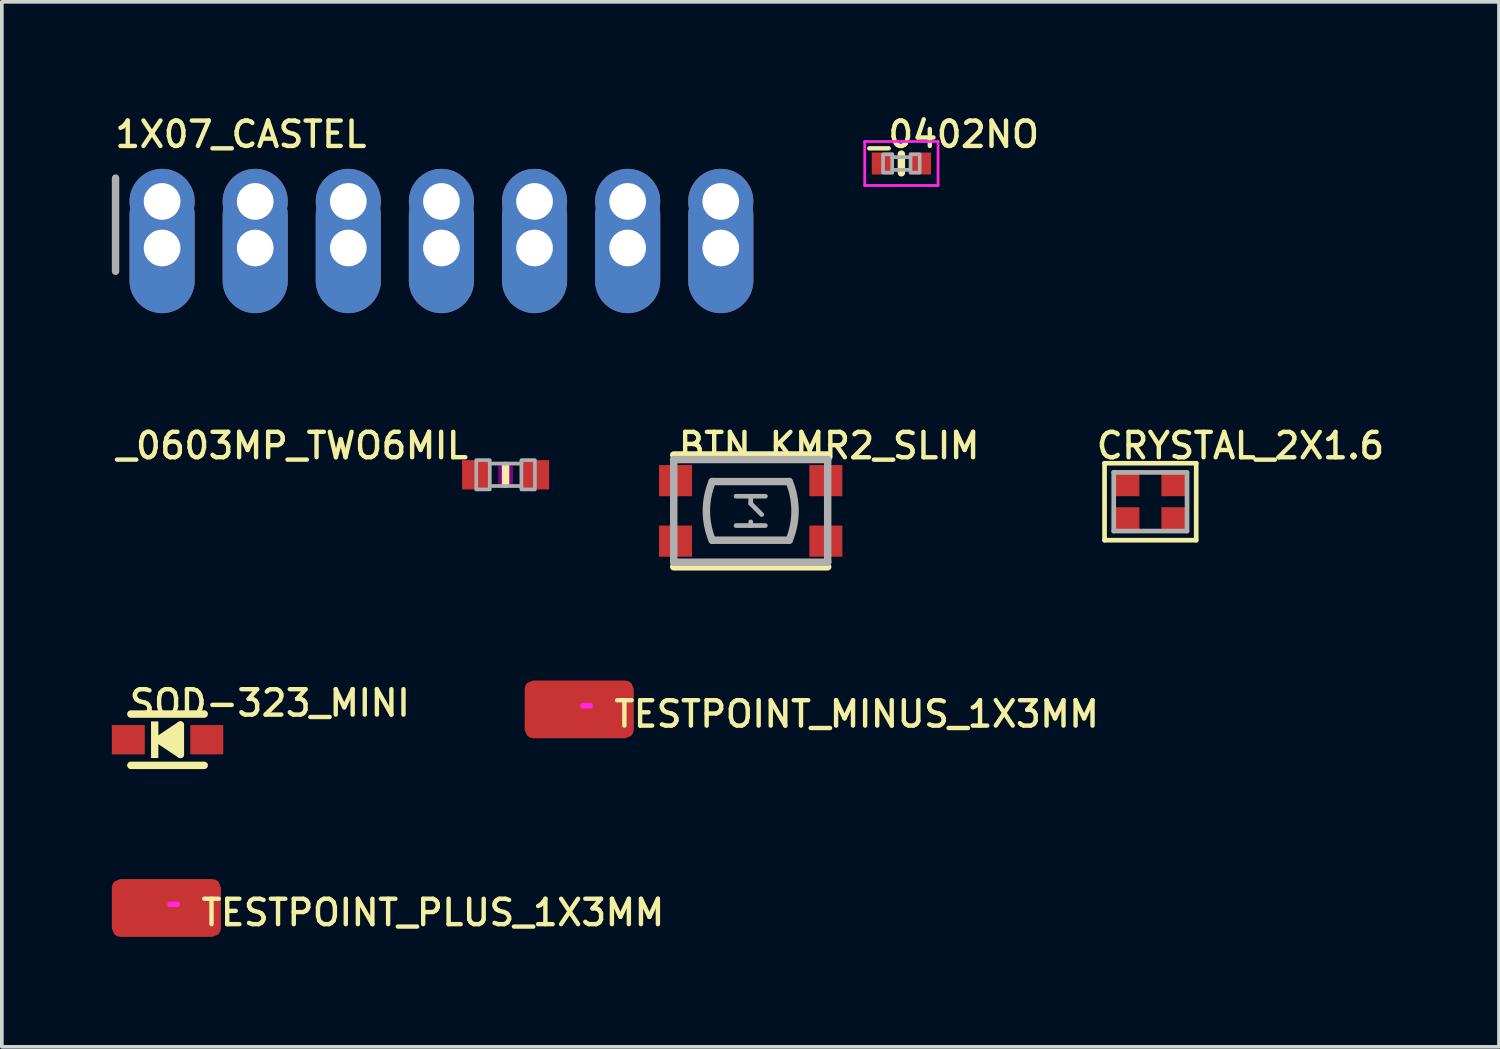
<source format=kicad_pcb>
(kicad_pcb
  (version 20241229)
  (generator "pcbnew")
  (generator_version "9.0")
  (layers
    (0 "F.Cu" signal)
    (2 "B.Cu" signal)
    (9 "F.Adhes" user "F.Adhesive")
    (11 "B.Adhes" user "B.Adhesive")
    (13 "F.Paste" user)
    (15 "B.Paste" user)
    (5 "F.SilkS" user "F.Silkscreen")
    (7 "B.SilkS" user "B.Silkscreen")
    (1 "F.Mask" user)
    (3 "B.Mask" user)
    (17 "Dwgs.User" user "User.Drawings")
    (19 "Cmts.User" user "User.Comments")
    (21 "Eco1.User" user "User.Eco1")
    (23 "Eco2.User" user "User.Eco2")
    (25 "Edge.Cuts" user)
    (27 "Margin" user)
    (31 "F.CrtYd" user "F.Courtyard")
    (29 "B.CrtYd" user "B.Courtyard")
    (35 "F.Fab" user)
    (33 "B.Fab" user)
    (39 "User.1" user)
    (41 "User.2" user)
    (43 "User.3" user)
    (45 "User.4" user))
  (footprint "BTN_KMR2_SLIM"
    (layer "F.Cu")
    (at 17.429 10.887)
    (property "Reference" "BTN_KMR2_SLIM" (at -2.032 -1.778 0) (layer "F.SilkS") (effects (font (size 0.693 0.693) (thickness 0.12)) (justify left)))
    (fp_line (start -2.1 -1.525) (end 2.1 -1.525) (stroke (width 0.203) (type solid)) (layer "F.SilkS"))
    (fp_line (start 2.1 1.525) (end -2.1 1.525) (stroke (width 0.203) (type solid)) (layer "F.SilkS"))
    (fp_line (start -2.1 -1.4) (end 2.1 -1.4) (stroke (width 0.203) (type solid)) (layer "F.Fab"))
    (fp_line (start -2.1 1.4) (end -2.1 -1.4) (stroke (width 0.203) (type solid)) (layer "F.Fab"))
    (fp_line (start -1.05 -0.8) (end 1.05 -0.8) (stroke (width 0.203) (type solid)) (layer "F.Fab"))
    (fp_line (start -0.4 -0.4) (end 0 -0.4) (stroke (width 0.127) (type solid)) (layer "F.Fab"))
    (fp_line (start -0.4 0.4) (end 0 0.4) (stroke (width 0.127) (type solid)) (layer "F.Fab"))
    (fp_line (start 0 -0.4) (end 0 -0.2) (stroke (width 0.127) (type solid)) (layer "F.Fab"))
    (fp_line (start 0 -0.4) (end 0.4 -0.4) (stroke (width 0.127) (type solid)) (layer "F.Fab"))
    (fp_line (start 0 -0.2) (end 0.3 0.1) (stroke (width 0.127) (type solid)) (layer "F.Fab"))
    (fp_line (start 0 0.4) (end 0 0.3) (stroke (width 0.127) (type solid)) (layer "F.Fab"))
    (fp_line (start 0 0.4) (end 0.4 0.4) (stroke (width 0.127) (type solid)) (layer "F.Fab"))
    (fp_line (start 1.05 0.8) (end -1.05 0.8) (stroke (width 0.203) (type solid)) (layer "F.Fab"))
    (fp_line (start 2.1 -1.4) (end 2.1 1.4) (stroke (width 0.203) (type solid)) (layer "F.Fab"))
    (fp_line (start 2.1 1.4) (end -2.1 1.4) (stroke (width 0.203) (type solid)) (layer "F.Fab"))
    (fp_arc (start -1.05 0.8) (mid -1.209128 0) (end -1.05 -0.799999) (stroke (width 0.2032) (type solid)) (layer "F.Fab"))
    (fp_arc (start 1.05 -0.8) (mid 1.209128 0) (end 1.05 0.799999) (stroke (width 0.2032) (type solid)) (layer "F.Fab"))
    (pad "A" smd rect (at 2.05 -0.825) (size 0.9 0.85) (layers "F.Cu" "F.Mask" "F.Paste"))
    (pad "A'" smd rect (at -2.05 -0.825) (size 0.9 0.85) (layers "F.Cu" "F.Mask" "F.Paste"))
    (pad "B" smd rect (at 2.05 0.825) (size 0.9 0.85) (layers "F.Cu" "F.Mask" "F.Paste"))
    (pad "B'" smd rect (at -2.05 0.825) (size 0.9 0.85) (layers "F.Cu" "F.Mask" "F.Paste")))
  (footprint "SOD-323_MINI"
    (layer "F.Cu")
    (at 1.52 17.129)
    (property "Reference" "SOD-323_MINI" (at -1.1 -1 0) (layer "F.SilkS") (effects (font (size 0.693 0.693) (thickness 0.12)) (justify left)))
    (fp_line (start -1 -0.7) (end 1 -0.7) (stroke (width 0.203) (type solid)) (layer "F.SilkS"))
    (fp_line (start -0.25 0) (end 0.35 -0.4) (stroke (width 0.203) (type solid)) (layer "F.SilkS"))
    (fp_line (start 0.35 -0.4) (end 0.35 0.4) (stroke (width 0.203) (type solid)) (layer "F.SilkS"))
    (fp_line (start 0.35 0.4) (end -0.25 0) (stroke (width 0.203) (type solid)) (layer "F.SilkS"))
    (fp_line (start 1 0.7) (end -1 0.7) (stroke (width 0.203) (type solid)) (layer "F.SilkS"))
    (fp_poly (pts (xy 0.302 0.39) (xy -0.283 0) (xy 0.302 -0.39)) (stroke (width 0) (type solid)) (fill yes) (layer "F.SilkS"))
    (fp_poly (pts (xy -0.45 0.5) (xy -0.25 0.5) (xy -0.25 -0.5) (xy -0.45 -0.5)) (stroke (width 0) (type solid)) (fill yes) (layer "F.SilkS"))
    (pad "A" smd rect (at 1.07 0 180) (size 0.9 0.8) (layers "F.Cu" "F.Mask" "F.Paste"))
    (pad "C" smd rect (at -1.07 0 180) (size 0.9 0.8) (layers "F.Cu" "F.Mask" "F.Paste")))
  (footprint "_0603MP_TWO6MIL"
    (layer "F.Cu")
    (at 10.742 9.902)
    (property "Reference" "_0603MP_TWO6MIL" (at -0.953 -0.794 0) (layer "F.SilkS") (effects (font (size 0.693 0.693) (thickness 0.12)) (justify right)))
    (fp_line (start 0 -0.254) (end 0 0.254) (stroke (width 0.203) (type solid)) (layer "F.SilkS"))
    (fp_poly (pts (xy -0.2 0.25) (xy 0.2 0.25) (xy 0.2 -0.25) (xy -0.2 -0.25)) (stroke (width 0) (type solid)) (fill yes) (layer "F.Adhes"))
    (fp_line (start -0.432 0.306) (end 0.432 0.306) (stroke (width 0.102) (type solid)) (layer "F.Fab"))
    (fp_line (start 0.432 -0.306) (end -0.432 -0.306) (stroke (width 0.102) (type solid)) (layer "F.Fab"))
    (fp_poly (pts (xy -0.8 0.4) (xy -0.432 0.4) (xy -0.432 -0.4) (xy -0.8 -0.4)) (stroke (width 0.1) (type solid)) (fill no) (layer "F.Fab"))
    (fp_poly (pts (xy 0.432 0.4) (xy 0.8 0.4) (xy 0.8 -0.4) (xy 0.432 -0.4)) (stroke (width 0.1) (type solid)) (fill no) (layer "F.Fab"))
    (pad "1" smd rect (at -0.787 0 180) (size 0.8 0.8) (layers "F.Cu" "F.Mask" "F.Paste"))
    (pad "2" smd rect (at 0.787 0 180) (size 0.8 0.8) (layers "F.Cu" "F.Mask" "F.Paste")))
  (footprint "_0402NO"
    (layer "F.Cu")
    (at 21.539 1.41)
    (property "Reference" "_0402NO" (at -0.953 -0.794 0) (layer "F.SilkS") (effects (font (size 0.693 0.693) (thickness 0.12)) (justify left)))
    (fp_line (start 0 -0.254) (end 0 0.254) (stroke (width 0.203) (type solid)) (layer "F.SilkS"))
    (fp_poly (pts (xy -0.079 0.238) (xy 0.079 0.238) (xy 0.079 -0.238) (xy -0.079 -0.238)) (stroke (width 0) (type solid)) (fill yes) (layer "F.Adhes"))
    (fp_line (start -1 -0.6) (end 1 -0.6) (stroke (width 0.076) (type solid)) (layer "F.CrtYd"))
    (fp_line (start -1 0.6) (end -1 -0.6) (stroke (width 0.076) (type solid)) (layer "F.CrtYd"))
    (fp_line (start 1 -0.6) (end 1 0.6) (stroke (width 0.076) (type solid)) (layer "F.CrtYd"))
    (fp_line (start 1 0.6) (end -1 0.6) (stroke (width 0.076) (type solid)) (layer "F.CrtYd"))
    (fp_line (start -0.245 -0.174) (end 0.245 -0.174) (stroke (width 0.102) (type solid)) (layer "F.Fab"))
    (fp_line (start 0.245 0.174) (end -0.245 0.174) (stroke (width 0.102) (type solid)) (layer "F.Fab"))
    (fp_poly (pts (xy -0.5 0.25) (xy -0.25 0.25) (xy -0.25 -0.25) (xy -0.5 -0.25)) (stroke (width 0.1) (type solid)) (fill no) (layer "F.Fab"))
    (fp_poly (pts (xy 0.25 0.25) (xy 0.5 0.25) (xy 0.5 -0.25) (xy 0.25 -0.25)) (stroke (width 0.1) (type solid)) (fill no) (layer "F.Fab"))
    (pad "1" smd rect (at -0.508 0 180) (size 0.6 0.6) (layers "F.Cu" "F.Mask" "F.Paste"))
    (pad "2" smd rect (at 0.508 0 180) (size 0.6 0.6) (layers "F.Cu" "F.Mask" "F.Paste")))
  (footprint "TESTPOINT_PLUS_1X3MM"
    (layer "F.Cu")
    (at 1.488 21.719)
    (property "Reference" "TESTPOINT_PLUS_1X3MM" (at 0.889 0.127 0) (layer "F.SilkS") (effects (font (size 0.693 0.693) (thickness 0.12)) (justify left)))
    (fp_poly (pts (xy 1.341 -0.771) (xy 1.422 -0.717) (xy 1.488 -0.558) (xy 1.488 0.554) (xy 1.471 0.641) (xy 1.417 0.722) (xy 1.258 0.788) (xy -1.254 0.788) (xy -1.341 0.771) (xy -1.422 0.717) (xy -1.488 0.558) (xy -1.488 -0.554) (xy -1.471 -0.641) (xy -1.417 -0.722) (xy -1.258 -0.788) (xy 1.254 -0.788)) (stroke (width 0) (type solid)) (fill yes) (layer "F.Cu"))
    (fp_poly (pts (xy 1.341 -0.771) (xy 1.422 -0.717) (xy 1.488 -0.558) (xy 1.488 0.554) (xy 1.471 0.641) (xy 1.417 0.722) (xy 1.258 0.788) (xy -1.254 0.788) (xy -1.341 0.771) (xy -1.422 0.717) (xy -1.488 0.558) (xy -1.488 -0.554) (xy -1.471 -0.641) (xy -1.417 -0.722) (xy -1.258 -0.788) (xy 1.254 -0.788)) (stroke (width 0) (type solid)) (fill yes) (layer "F.Mask"))
    (fp_line (start 0.3 -0.1) (end 0.1 -0.1) (stroke (width 0.152) (type solid)) (layer "F.CrtYd"))
    (pad "P$1" smd roundrect (at 0.8 0.05 180) (size 0.5 0.5) (layers "F.Cu" "F.Mask") (roundrect_rratio 0.125)))
  (footprint "1X07_CASTEL"
    (layer "F.Cu")
    (at 8.992 2.445)
    (property "Reference" "1X07_CASTEL" (at -8.966 -1.829 0) (layer "F.SilkS") (effects (font (size 0.693 0.693) (thickness 0.12)) (justify left)))
    (fp_line (start -8.89 -0.635) (end -8.89 1.905) (stroke (width 0.203) (type solid)) (layer "F.Fab"))
    (fp_poly (pts (xy -7.874 0.254) (xy -7.366 0.254) (xy -7.366 -0.254) (xy -7.874 -0.254)) (stroke (width 0.1) (type solid)) (fill no) (layer "F.Fab"))
    (fp_poly (pts (xy -7.874 1.524) (xy -7.366 1.524) (xy -7.366 1.016) (xy -7.874 1.016)) (stroke (width 0.1) (type solid)) (fill no) (layer "F.Fab"))
    (fp_poly (pts (xy -5.334 0.254) (xy -4.826 0.254) (xy -4.826 -0.254) (xy -5.334 -0.254)) (stroke (width 0.1) (type solid)) (fill no) (layer "F.Fab"))
    (fp_poly (pts (xy -5.334 1.524) (xy -4.826 1.524) (xy -4.826 1.016) (xy -5.334 1.016)) (stroke (width 0.1) (type solid)) (fill no) (layer "F.Fab"))
    (fp_poly (pts (xy -2.794 0.254) (xy -2.286 0.254) (xy -2.286 -0.254) (xy -2.794 -0.254)) (stroke (width 0.1) (type solid)) (fill no) (layer "F.Fab"))
    (fp_poly (pts (xy -2.794 1.524) (xy -2.286 1.524) (xy -2.286 1.016) (xy -2.794 1.016)) (stroke (width 0.1) (type solid)) (fill no) (layer "F.Fab"))
    (fp_poly (pts (xy -0.254 0.254) (xy 0.254 0.254) (xy 0.254 -0.254) (xy -0.254 -0.254)) (stroke (width 0.1) (type solid)) (fill no) (layer "F.Fab"))
    (fp_poly (pts (xy -0.254 1.524) (xy 0.254 1.524) (xy 0.254 1.016) (xy -0.254 1.016)) (stroke (width 0.1) (type solid)) (fill no) (layer "F.Fab"))
    (fp_poly (pts (xy 2.286 0.254) (xy 2.794 0.254) (xy 2.794 -0.254) (xy 2.286 -0.254)) (stroke (width 0.1) (type solid)) (fill no) (layer "F.Fab"))
    (fp_poly (pts (xy 2.286 1.524) (xy 2.794 1.524) (xy 2.794 1.016) (xy 2.286 1.016)) (stroke (width 0.1) (type solid)) (fill no) (layer "F.Fab"))
    (fp_poly (pts (xy 4.826 0.254) (xy 5.334 0.254) (xy 5.334 -0.254) (xy 4.826 -0.254)) (stroke (width 0.1) (type solid)) (fill no) (layer "F.Fab"))
    (fp_poly (pts (xy 4.826 1.524) (xy 5.334 1.524) (xy 5.334 1.016) (xy 4.826 1.016)) (stroke (width 0.1) (type solid)) (fill no) (layer "F.Fab"))
    (fp_poly (pts (xy 7.366 0.254) (xy 7.874 0.254) (xy 7.874 -0.254) (xy 7.366 -0.254)) (stroke (width 0.1) (type solid)) (fill no) (layer "F.Fab"))
    (fp_poly (pts (xy 7.366 1.524) (xy 7.874 1.524) (xy 7.874 1.016) (xy 7.366 1.016)) (stroke (width 0.1) (type solid)) (fill no) (layer "F.Fab"))
    (pad "1" thru_hole circle (at -7.62 0 90) (size 1.778 1.778) (drill 1) (layers "*.Cu" "*.Mask"))
    (pad "1C" thru_hole oval (at -7.62 1.27 90) (size 3.556 1.778) (drill 1) (layers "*.Cu" "*.Mask"))
    (pad "2" thru_hole circle (at -5.08 0 90) (size 1.778 1.778) (drill 1) (layers "*.Cu" "*.Mask"))
    (pad "2C" thru_hole oval (at -5.08 1.27 90) (size 3.556 1.778) (drill 1) (layers "*.Cu" "*.Mask"))
    (pad "3" thru_hole circle (at -2.54 0 90) (size 1.778 1.778) (drill 1) (layers "*.Cu" "*.Mask"))
    (pad "3C" thru_hole oval (at -2.54 1.27 90) (size 3.556 1.778) (drill 1) (layers "*.Cu" "*.Mask"))
    (pad "4" thru_hole circle (at 0 0 90) (size 1.778 1.778) (drill 1) (layers "*.Cu" "*.Mask"))
    (pad "4C" thru_hole oval (at 0 1.27 90) (size 3.556 1.778) (drill 1) (layers "*.Cu" "*.Mask"))
    (pad "5" thru_hole circle (at 2.54 0 90) (size 1.778 1.778) (drill 1) (layers "*.Cu" "*.Mask"))
    (pad "5C" thru_hole oval (at 2.54 1.27 90) (size 3.556 1.778) (drill 1) (layers "*.Cu" "*.Mask"))
    (pad "6" thru_hole circle (at 5.08 0 90) (size 1.778 1.778) (drill 1) (layers "*.Cu" "*.Mask"))
    (pad "6C" thru_hole oval (at 5.08 1.27 90) (size 3.556 1.778) (drill 1) (layers "*.Cu" "*.Mask"))
    (pad "7" thru_hole circle (at 7.62 0 90) (size 1.778 1.778) (drill 1) (layers "*.Cu" "*.Mask"))
    (pad "7C" thru_hole oval (at 7.62 1.27 90) (size 3.556 1.778) (drill 1) (layers "*.Cu" "*.Mask")))
  (footprint "TESTPOINT_MINUS_1X3MM"
    (layer "F.Cu")
    (at 12.751 16.302)
    (property "Reference" "TESTPOINT_MINUS_1X3MM" (at 0.889 0.127 0) (layer "F.SilkS") (effects (font (size 0.693 0.693) (thickness 0.12)) (justify left)))
    (fp_poly (pts (xy 1.341 -0.771) (xy 1.422 -0.717) (xy 1.488 -0.558) (xy 1.488 0.554) (xy 1.471 0.641) (xy 1.417 0.722) (xy 1.258 0.788) (xy -1.254 0.788) (xy -1.341 0.771) (xy -1.422 0.717) (xy -1.488 0.558) (xy -1.488 -0.554) (xy -1.471 -0.641) (xy -1.417 -0.722) (xy -1.258 -0.788) (xy 1.254 -0.788)) (stroke (width 0) (type solid)) (fill yes) (layer "F.Cu"))
    (fp_poly (pts (xy 1.341 -0.771) (xy 1.422 -0.717) (xy 1.488 -0.558) (xy 1.488 0.554) (xy 1.471 0.641) (xy 1.417 0.722) (xy 1.258 0.788) (xy -1.254 0.788) (xy -1.341 0.771) (xy -1.422 0.717) (xy -1.488 0.558) (xy -1.488 -0.554) (xy -1.471 -0.641) (xy -1.417 -0.722) (xy -1.258 -0.788) (xy 1.254 -0.788)) (stroke (width 0) (type solid)) (fill yes) (layer "F.Mask"))
    (fp_line (start 0.3 -0.1) (end 0.1 -0.1) (stroke (width 0.152) (type solid)) (layer "F.CrtYd"))
    (pad "P$1" smd roundrect (at 0.8 0.05 180) (size 0.5 0.5) (layers "F.Cu" "F.Mask") (roundrect_rratio 0.125)))
  (footprint "CRYSTAL_2X1.6"
    (layer "F.Cu")
    (at 28.332 10.637)
    (property "Reference" "CRYSTAL_2X1.6" (at -1.532 -1.528 0) (layer "F.SilkS") (effects (font (size 0.693 0.693) (thickness 0.12)) (justify left)))
    (fp_line (start -1.25 -1.05) (end 1.25 -1.05) (stroke (width 0.127) (type solid)) (layer "F.SilkS"))
    (fp_line (start -1.25 1.05) (end -1.25 -1.05) (stroke (width 0.127) (type solid)) (layer "F.SilkS"))
    (fp_line (start 1.25 -1.05) (end 1.25 1.05) (stroke (width 0.127) (type solid)) (layer "F.SilkS"))
    (fp_line (start 1.25 1.05) (end -1.25 1.05) (stroke (width 0.127) (type solid)) (layer "F.SilkS"))
    (fp_line (start -1 -0.8) (end 1 -0.8) (stroke (width 0.127) (type solid)) (layer "F.Fab"))
    (fp_line (start -1 0.8) (end -1 -0.8) (stroke (width 0.127) (type solid)) (layer "F.Fab"))
    (fp_line (start 1 -0.8) (end 1 0.8) (stroke (width 0.127) (type solid)) (layer "F.Fab"))
    (fp_line (start 1 0.8) (end -1 0.8) (stroke (width 0.127) (type solid)) (layer "F.Fab"))
    (pad "1" smd rect (at -0.675 0.5 180) (size 0.75 0.7) (layers "F.Cu" "F.Mask" "F.Paste"))
    (pad "2" smd rect (at 0.675 0.5 180) (size 0.75 0.7) (layers "F.Cu" "F.Mask" "F.Paste"))
    (pad "3" smd rect (at 0.675 -0.5 180) (size 0.75 0.7) (layers "F.Cu" "F.Mask" "F.Paste"))
    (pad "4" smd rect (at -0.675 -0.5 180) (size 0.75 0.7) (layers "F.Cu" "F.Mask" "F.Paste")))
  (gr_rect
    (start -3 -3)
    (end 37.841 25.507)
    (stroke (width 0.1) (type default))
    (fill no)
    (layer "Edge.Cuts")))
</source>
